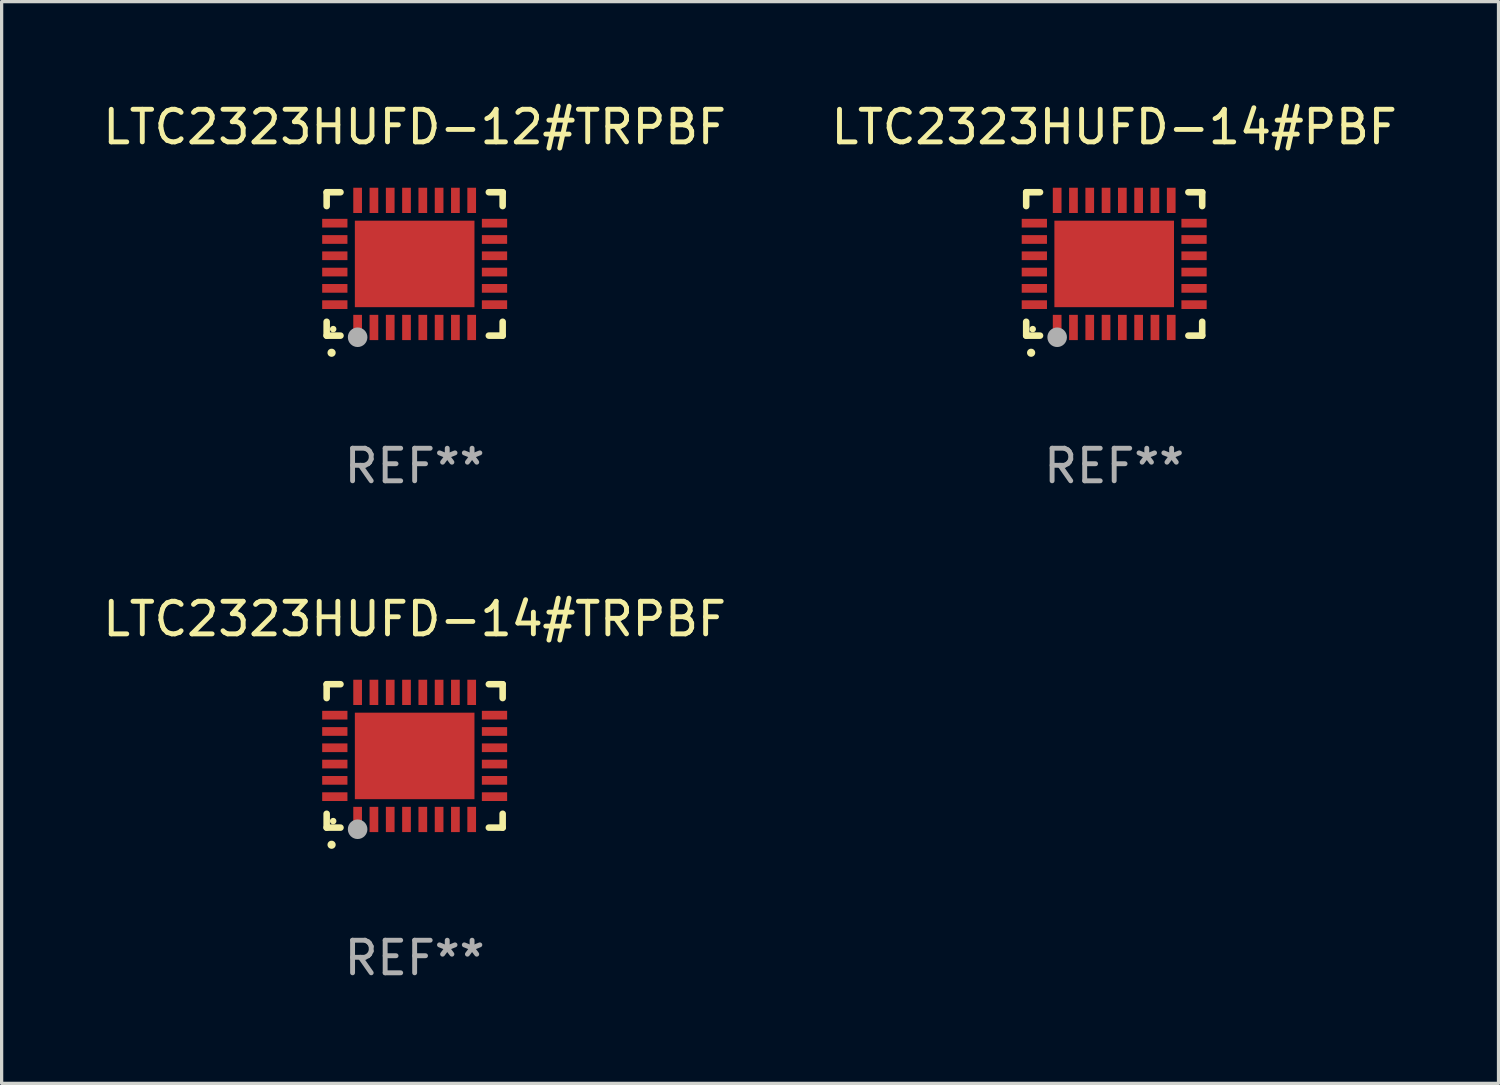
<source format=kicad_pcb>
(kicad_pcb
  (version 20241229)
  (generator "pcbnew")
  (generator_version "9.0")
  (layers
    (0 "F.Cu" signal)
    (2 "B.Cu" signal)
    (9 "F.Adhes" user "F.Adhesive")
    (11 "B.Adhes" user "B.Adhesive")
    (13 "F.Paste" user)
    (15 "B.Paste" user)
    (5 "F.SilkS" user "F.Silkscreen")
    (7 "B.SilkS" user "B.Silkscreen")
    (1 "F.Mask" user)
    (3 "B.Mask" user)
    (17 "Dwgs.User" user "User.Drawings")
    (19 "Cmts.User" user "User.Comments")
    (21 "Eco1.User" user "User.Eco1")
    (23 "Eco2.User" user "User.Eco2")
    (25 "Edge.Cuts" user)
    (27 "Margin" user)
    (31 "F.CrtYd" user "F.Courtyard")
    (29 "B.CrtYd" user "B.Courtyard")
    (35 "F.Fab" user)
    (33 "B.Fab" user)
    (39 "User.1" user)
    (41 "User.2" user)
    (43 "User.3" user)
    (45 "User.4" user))
  (footprint "LTC2323HUFD-14#TRPBF"
    (layer "F.Cu")
    (at 9.673 20.144)
    (property "Reference" "LTC2323HUFD-14#TRPBF" (at 0 -4.2 0) (layer "F.SilkS") (effects (font (size 1 1) (thickness 0.15))))
    (attr through_hole)
    (fp_line (start -2.7 -2.2) (end -2.276 -2.2) (stroke (width 0.201) (type solid)) (layer "F.SilkS"))
    (fp_line (start -2.7 -1.775) (end -2.7 -2.2) (stroke (width 0.201) (type solid)) (layer "F.SilkS"))
    (fp_line (start -2.7 2.2) (end -2.7 1.775) (stroke (width 0.201) (type solid)) (layer "F.SilkS"))
    (fp_line (start -2.276 2.2) (end -2.7 2.2) (stroke (width 0.201) (type solid)) (layer "F.SilkS"))
    (fp_line (start 2.276 2.2) (end 2.7 2.2) (stroke (width 0.201) (type solid)) (layer "F.SilkS"))
    (fp_line (start 2.7 -2.2) (end 2.276 -2.2) (stroke (width 0.201) (type solid)) (layer "F.SilkS"))
    (fp_line (start 2.7 -1.775) (end 2.7 -2.2) (stroke (width 0.201) (type solid)) (layer "F.SilkS"))
    (fp_line (start 2.7 2.2) (end 2.7 1.775) (stroke (width 0.201) (type solid)) (layer "F.SilkS"))
    (fp_arc (start -2.550165 2.725425) (mid -2.548895 2.725419) (end -2.547625 2.725425) (stroke (width 0.24892) (type solid)) (layer "F.SilkS"))
    (fp_circle (center -2.5 2) (end -2.45 2) (stroke (width 0.1) (type solid)) (fill no) (layer "F.SilkS"))
    (fp_circle (center -1.75 2.25) (end -1.6 2.25) (stroke (width 0.3) (type solid)) (fill no) (layer "F.Fab"))
    (fp_text user "REF**" (at 0 6.2 0) (layer "F.Fab") (effects (font (size 1 1) (thickness 0.15))))
    (pad "1" smd rect (at -1.75 1.95) (size 0.267 0.775) (layers "F.Cu" "F.Mask" "F.Paste"))
    (pad "2" smd rect (at -1.25 1.95) (size 0.267 0.775) (layers "F.Cu" "F.Mask" "F.Paste"))
    (pad "3" smd rect (at -0.75 1.95) (size 0.267 0.775) (layers "F.Cu" "F.Mask" "F.Paste"))
    (pad "4" smd rect (at -0.25 1.95) (size 0.267 0.775) (layers "F.Cu" "F.Mask" "F.Paste"))
    (pad "5" smd rect (at 0.25 1.95) (size 0.267 0.775) (layers "F.Cu" "F.Mask" "F.Paste"))
    (pad "6" smd rect (at 0.75 1.95) (size 0.267 0.775) (layers "F.Cu" "F.Mask" "F.Paste"))
    (pad "7" smd rect (at 1.25 1.95) (size 0.267 0.775) (layers "F.Cu" "F.Mask" "F.Paste"))
    (pad "8" smd rect (at 1.75 1.95) (size 0.267 0.775) (layers "F.Cu" "F.Mask" "F.Paste"))
    (pad "9" smd rect (at 2.45 1.25) (size 0.775 0.267) (layers "F.Cu" "F.Mask" "F.Paste"))
    (pad "10" smd rect (at 2.45 0.75) (size 0.775 0.267) (layers "F.Cu" "F.Mask" "F.Paste"))
    (pad "11" smd rect (at 2.45 0.25) (size 0.775 0.267) (layers "F.Cu" "F.Mask" "F.Paste"))
    (pad "12" smd rect (at 2.45 -0.25) (size 0.775 0.267) (layers "F.Cu" "F.Mask" "F.Paste"))
    (pad "13" smd rect (at 2.45 -0.75) (size 0.775 0.267) (layers "F.Cu" "F.Mask" "F.Paste"))
    (pad "14" smd rect (at 2.45 -1.25) (size 0.775 0.267) (layers "F.Cu" "F.Mask" "F.Paste"))
    (pad "15" smd rect (at 1.75 -1.95) (size 0.267 0.775) (layers "F.Cu" "F.Mask" "F.Paste"))
    (pad "16" smd rect (at 1.25 -1.95) (size 0.267 0.775) (layers "F.Cu" "F.Mask" "F.Paste"))
    (pad "17" smd rect (at 0.75 -1.95) (size 0.267 0.775) (layers "F.Cu" "F.Mask" "F.Paste"))
    (pad "18" smd rect (at 0.25 -1.95) (size 0.267 0.775) (layers "F.Cu" "F.Mask" "F.Paste"))
    (pad "19" smd rect (at -0.25 -1.95) (size 0.267 0.775) (layers "F.Cu" "F.Mask" "F.Paste"))
    (pad "20" smd rect (at -0.75 -1.95) (size 0.267 0.775) (layers "F.Cu" "F.Mask" "F.Paste"))
    (pad "21" smd rect (at -1.25 -1.95) (size 0.267 0.775) (layers "F.Cu" "F.Mask" "F.Paste"))
    (pad "22" smd rect (at -1.75 -1.95) (size 0.267 0.775) (layers "F.Cu" "F.Mask" "F.Paste"))
    (pad "23" smd rect (at -2.45 -1.25) (size 0.775 0.267) (layers "F.Cu" "F.Mask" "F.Paste"))
    (pad "24" smd rect (at -2.45 -0.75) (size 0.775 0.267) (layers "F.Cu" "F.Mask" "F.Paste"))
    (pad "25" smd rect (at -2.45 -0.25) (size 0.775 0.267) (layers "F.Cu" "F.Mask" "F.Paste"))
    (pad "26" smd rect (at -2.45 0.25) (size 0.775 0.267) (layers "F.Cu" "F.Mask" "F.Paste"))
    (pad "27" smd rect (at -2.45 0.75) (size 0.775 0.267) (layers "F.Cu" "F.Mask" "F.Paste"))
    (pad "28" smd rect (at -2.45 1.25) (size 0.775 0.267) (layers "F.Cu" "F.Mask" "F.Paste"))
    (pad "29" smd rect (at 0.000127 0.000127) (size 3.67 2.654) (layers "F.Cu" "F.Mask" "F.Paste")))
  (footprint "LTC2323HUFD-14#PBF"
    (layer "F.Cu")
    (at 31.137 5.048)
    (property "Reference" "LTC2323HUFD-14#PBF" (at 0 -4.2 0) (layer "F.SilkS") (effects (font (size 1 1) (thickness 0.15))))
    (attr through_hole)
    (fp_line (start -2.7 -2.2) (end -2.276 -2.2) (stroke (width 0.201) (type solid)) (layer "F.SilkS"))
    (fp_line (start -2.7 -1.775) (end -2.7 -2.2) (stroke (width 0.201) (type solid)) (layer "F.SilkS"))
    (fp_line (start -2.7 2.2) (end -2.7 1.775) (stroke (width 0.201) (type solid)) (layer "F.SilkS"))
    (fp_line (start -2.276 2.2) (end -2.7 2.2) (stroke (width 0.201) (type solid)) (layer "F.SilkS"))
    (fp_line (start 2.276 2.2) (end 2.7 2.2) (stroke (width 0.201) (type solid)) (layer "F.SilkS"))
    (fp_line (start 2.7 -2.2) (end 2.276 -2.2) (stroke (width 0.201) (type solid)) (layer "F.SilkS"))
    (fp_line (start 2.7 -1.775) (end 2.7 -2.2) (stroke (width 0.201) (type solid)) (layer "F.SilkS"))
    (fp_line (start 2.7 2.2) (end 2.7 1.775) (stroke (width 0.201) (type solid)) (layer "F.SilkS"))
    (fp_arc (start -2.550165 2.725425) (mid -2.548895 2.725419) (end -2.547625 2.725425) (stroke (width 0.24892) (type solid)) (layer "F.SilkS"))
    (fp_circle (center -2.5 2) (end -2.45 2) (stroke (width 0.1) (type solid)) (fill no) (layer "F.SilkS"))
    (fp_circle (center -1.75 2.25) (end -1.6 2.25) (stroke (width 0.3) (type solid)) (fill no) (layer "F.Fab"))
    (fp_text user "REF**" (at 0 6.2 0) (layer "F.Fab") (effects (font (size 1 1) (thickness 0.15))))
    (pad "1" smd rect (at -1.75 1.95) (size 0.267 0.775) (layers "F.Cu" "F.Mask" "F.Paste"))
    (pad "2" smd rect (at -1.25 1.95) (size 0.267 0.775) (layers "F.Cu" "F.Mask" "F.Paste"))
    (pad "3" smd rect (at -0.75 1.95) (size 0.267 0.775) (layers "F.Cu" "F.Mask" "F.Paste"))
    (pad "4" smd rect (at -0.25 1.95) (size 0.267 0.775) (layers "F.Cu" "F.Mask" "F.Paste"))
    (pad "5" smd rect (at 0.25 1.95) (size 0.267 0.775) (layers "F.Cu" "F.Mask" "F.Paste"))
    (pad "6" smd rect (at 0.75 1.95) (size 0.267 0.775) (layers "F.Cu" "F.Mask" "F.Paste"))
    (pad "7" smd rect (at 1.25 1.95) (size 0.267 0.775) (layers "F.Cu" "F.Mask" "F.Paste"))
    (pad "8" smd rect (at 1.75 1.95) (size 0.267 0.775) (layers "F.Cu" "F.Mask" "F.Paste"))
    (pad "9" smd rect (at 2.45 1.25) (size 0.775 0.267) (layers "F.Cu" "F.Mask" "F.Paste"))
    (pad "10" smd rect (at 2.45 0.75) (size 0.775 0.267) (layers "F.Cu" "F.Mask" "F.Paste"))
    (pad "11" smd rect (at 2.45 0.25) (size 0.775 0.267) (layers "F.Cu" "F.Mask" "F.Paste"))
    (pad "12" smd rect (at 2.45 -0.25) (size 0.775 0.267) (layers "F.Cu" "F.Mask" "F.Paste"))
    (pad "13" smd rect (at 2.45 -0.75) (size 0.775 0.267) (layers "F.Cu" "F.Mask" "F.Paste"))
    (pad "14" smd rect (at 2.45 -1.25) (size 0.775 0.267) (layers "F.Cu" "F.Mask" "F.Paste"))
    (pad "15" smd rect (at 1.75 -1.95) (size 0.267 0.775) (layers "F.Cu" "F.Mask" "F.Paste"))
    (pad "16" smd rect (at 1.25 -1.95) (size 0.267 0.775) (layers "F.Cu" "F.Mask" "F.Paste"))
    (pad "17" smd rect (at 0.75 -1.95) (size 0.267 0.775) (layers "F.Cu" "F.Mask" "F.Paste"))
    (pad "18" smd rect (at 0.25 -1.95) (size 0.267 0.775) (layers "F.Cu" "F.Mask" "F.Paste"))
    (pad "19" smd rect (at -0.25 -1.95) (size 0.267 0.775) (layers "F.Cu" "F.Mask" "F.Paste"))
    (pad "20" smd rect (at -0.75 -1.95) (size 0.267 0.775) (layers "F.Cu" "F.Mask" "F.Paste"))
    (pad "21" smd rect (at -1.25 -1.95) (size 0.267 0.775) (layers "F.Cu" "F.Mask" "F.Paste"))
    (pad "22" smd rect (at -1.75 -1.95) (size 0.267 0.775) (layers "F.Cu" "F.Mask" "F.Paste"))
    (pad "23" smd rect (at -2.45 -1.25) (size 0.775 0.267) (layers "F.Cu" "F.Mask" "F.Paste"))
    (pad "24" smd rect (at -2.45 -0.75) (size 0.775 0.267) (layers "F.Cu" "F.Mask" "F.Paste"))
    (pad "25" smd rect (at -2.45 -0.25) (size 0.775 0.267) (layers "F.Cu" "F.Mask" "F.Paste"))
    (pad "26" smd rect (at -2.45 0.25) (size 0.775 0.267) (layers "F.Cu" "F.Mask" "F.Paste"))
    (pad "27" smd rect (at -2.45 0.75) (size 0.775 0.267) (layers "F.Cu" "F.Mask" "F.Paste"))
    (pad "28" smd rect (at -2.45 1.25) (size 0.775 0.267) (layers "F.Cu" "F.Mask" "F.Paste"))
    (pad "29" smd rect (at 0.000127 0.000127) (size 3.67 2.654) (layers "F.Cu" "F.Mask" "F.Paste")))
  (footprint "LTC2323HUFD-12#TRPBF"
    (layer "F.Cu")
    (at 9.673 5.048)
    (property "Reference" "LTC2323HUFD-12#TRPBF" (at 0 -4.2 0) (layer "F.SilkS") (effects (font (size 1 1) (thickness 0.15))))
    (attr through_hole)
    (fp_line (start -2.7 -2.2) (end -2.276 -2.2) (stroke (width 0.201) (type solid)) (layer "F.SilkS"))
    (fp_line (start -2.7 -1.775) (end -2.7 -2.2) (stroke (width 0.201) (type solid)) (layer "F.SilkS"))
    (fp_line (start -2.7 2.2) (end -2.7 1.775) (stroke (width 0.201) (type solid)) (layer "F.SilkS"))
    (fp_line (start -2.276 2.2) (end -2.7 2.2) (stroke (width 0.201) (type solid)) (layer "F.SilkS"))
    (fp_line (start 2.276 2.2) (end 2.7 2.2) (stroke (width 0.201) (type solid)) (layer "F.SilkS"))
    (fp_line (start 2.7 -2.2) (end 2.276 -2.2) (stroke (width 0.201) (type solid)) (layer "F.SilkS"))
    (fp_line (start 2.7 -1.775) (end 2.7 -2.2) (stroke (width 0.201) (type solid)) (layer "F.SilkS"))
    (fp_line (start 2.7 2.2) (end 2.7 1.775) (stroke (width 0.201) (type solid)) (layer "F.SilkS"))
    (fp_arc (start -2.550165 2.725425) (mid -2.548895 2.725419) (end -2.547625 2.725425) (stroke (width 0.24892) (type solid)) (layer "F.SilkS"))
    (fp_circle (center -2.5 2) (end -2.45 2) (stroke (width 0.1) (type solid)) (fill no) (layer "F.SilkS"))
    (fp_circle (center -1.75 2.25) (end -1.6 2.25) (stroke (width 0.3) (type solid)) (fill no) (layer "F.Fab"))
    (fp_text user "REF**" (at 0 6.2 0) (layer "F.Fab") (effects (font (size 1 1) (thickness 0.15))))
    (pad "1" smd rect (at -1.75 1.95) (size 0.267 0.775) (layers "F.Cu" "F.Mask" "F.Paste"))
    (pad "2" smd rect (at -1.25 1.95) (size 0.267 0.775) (layers "F.Cu" "F.Mask" "F.Paste"))
    (pad "3" smd rect (at -0.75 1.95) (size 0.267 0.775) (layers "F.Cu" "F.Mask" "F.Paste"))
    (pad "4" smd rect (at -0.25 1.95) (size 0.267 0.775) (layers "F.Cu" "F.Mask" "F.Paste"))
    (pad "5" smd rect (at 0.25 1.95) (size 0.267 0.775) (layers "F.Cu" "F.Mask" "F.Paste"))
    (pad "6" smd rect (at 0.75 1.95) (size 0.267 0.775) (layers "F.Cu" "F.Mask" "F.Paste"))
    (pad "7" smd rect (at 1.25 1.95) (size 0.267 0.775) (layers "F.Cu" "F.Mask" "F.Paste"))
    (pad "8" smd rect (at 1.75 1.95) (size 0.267 0.775) (layers "F.Cu" "F.Mask" "F.Paste"))
    (pad "9" smd rect (at 2.45 1.25) (size 0.775 0.267) (layers "F.Cu" "F.Mask" "F.Paste"))
    (pad "10" smd rect (at 2.45 0.75) (size 0.775 0.267) (layers "F.Cu" "F.Mask" "F.Paste"))
    (pad "11" smd rect (at 2.45 0.25) (size 0.775 0.267) (layers "F.Cu" "F.Mask" "F.Paste"))
    (pad "12" smd rect (at 2.45 -0.25) (size 0.775 0.267) (layers "F.Cu" "F.Mask" "F.Paste"))
    (pad "13" smd rect (at 2.45 -0.75) (size 0.775 0.267) (layers "F.Cu" "F.Mask" "F.Paste"))
    (pad "14" smd rect (at 2.45 -1.25) (size 0.775 0.267) (layers "F.Cu" "F.Mask" "F.Paste"))
    (pad "15" smd rect (at 1.75 -1.95) (size 0.267 0.775) (layers "F.Cu" "F.Mask" "F.Paste"))
    (pad "16" smd rect (at 1.25 -1.95) (size 0.267 0.775) (layers "F.Cu" "F.Mask" "F.Paste"))
    (pad "17" smd rect (at 0.75 -1.95) (size 0.267 0.775) (layers "F.Cu" "F.Mask" "F.Paste"))
    (pad "18" smd rect (at 0.25 -1.95) (size 0.267 0.775) (layers "F.Cu" "F.Mask" "F.Paste"))
    (pad "19" smd rect (at -0.25 -1.95) (size 0.267 0.775) (layers "F.Cu" "F.Mask" "F.Paste"))
    (pad "20" smd rect (at -0.75 -1.95) (size 0.267 0.775) (layers "F.Cu" "F.Mask" "F.Paste"))
    (pad "21" smd rect (at -1.25 -1.95) (size 0.267 0.775) (layers "F.Cu" "F.Mask" "F.Paste"))
    (pad "22" smd rect (at -1.75 -1.95) (size 0.267 0.775) (layers "F.Cu" "F.Mask" "F.Paste"))
    (pad "23" smd rect (at -2.45 -1.25) (size 0.775 0.267) (layers "F.Cu" "F.Mask" "F.Paste"))
    (pad "24" smd rect (at -2.45 -0.75) (size 0.775 0.267) (layers "F.Cu" "F.Mask" "F.Paste"))
    (pad "25" smd rect (at -2.45 -0.25) (size 0.775 0.267) (layers "F.Cu" "F.Mask" "F.Paste"))
    (pad "26" smd rect (at -2.45 0.25) (size 0.775 0.267) (layers "F.Cu" "F.Mask" "F.Paste"))
    (pad "27" smd rect (at -2.45 0.75) (size 0.775 0.267) (layers "F.Cu" "F.Mask" "F.Paste"))
    (pad "28" smd rect (at -2.45 1.25) (size 0.775 0.267) (layers "F.Cu" "F.Mask" "F.Paste"))
    (pad "29" smd rect (at 0.000127 0.000127) (size 3.67 2.654) (layers "F.Cu" "F.Mask" "F.Paste")))
  (gr_rect
    (start -3 -3)
    (end 42.929 30.192)
    (stroke (width 0.1) (type default))
    (fill no)
    (layer "Edge.Cuts")))
</source>
